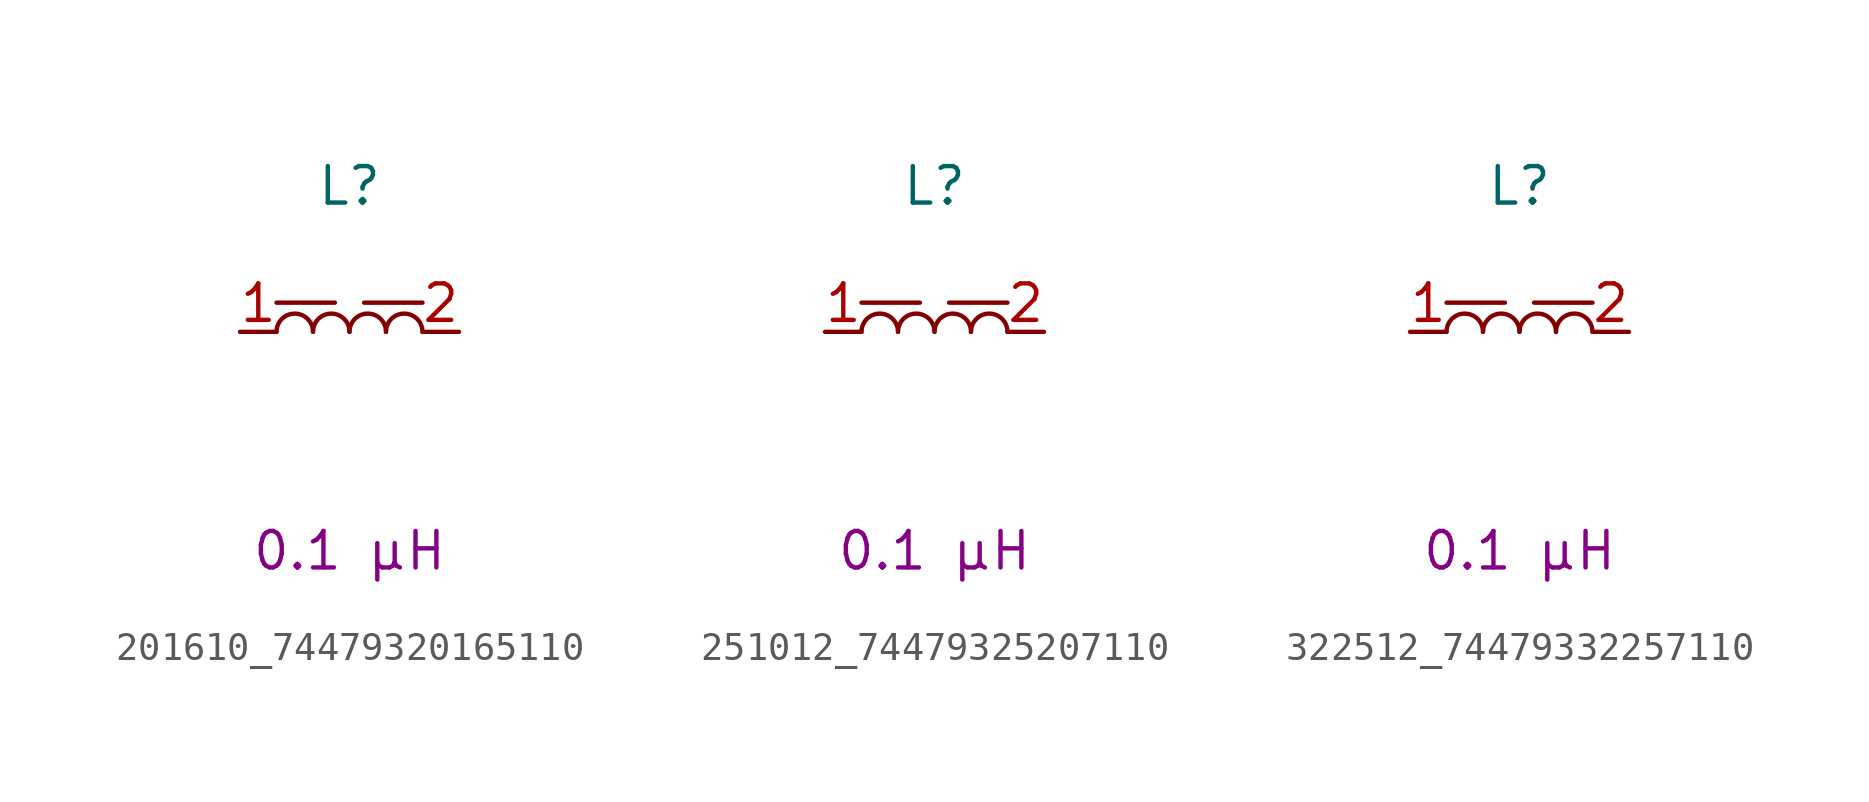
<source format=kicad_sym>
(kicad_symbol_lib
  (version 20220914)
  (generator kicad_symbol_editor)
  (symbol "201610_74479320165110"
    (pin_names hide)
    (property "Reference" "L"
      (at 0 5.08 0)
      (effects (font (size 1.27 1.27))))
    (property "Critical Parameter" "0.1 µH"
      (at 0 -7.62 0)
      (effects (font (size 1.27 1.27))))
    (symbol "201610_74479320165110_0_1"
      (arc (start -1.27 0) (mid -1.905 0.6323) (end -2.54 0) (stroke (width 0) (type default)) (fill (type none)))
      (arc (start 0 0) (mid -0.635 0.6323) (end -1.27 0) (stroke (width 0) (type default)) (fill (type none)))
      (polyline (pts (xy -2.54 1.016) (xy -0.508 1.016)) (stroke (width 0) (type default)) (fill (type none)))
      (arc (start 1.27 0) (mid 0.635 0.6323) (end 0 0) (stroke (width 0) (type default)) (fill (type none)))
      (arc (start 2.54 0) (mid 1.905 0.6323) (end 1.27 0) (stroke (width 0) (type default)) (fill (type none))))
    (symbol "201610_74479320165110_1_1"
      (polyline (pts (xy 2.54 1.016) (xy 0.508 1.016)) (stroke (width 0) (type default)) (fill (type none)))
      (pin passive line (at -3.81 0 0) (length 1.27) (name "1" (effects (font (size 1.27 1.27)))) (number "1" (effects (font (size 1.27 1.27)))))
      (pin passive line (at 3.81 0 180) (length 1.27) (name "2" (effects (font (size 1.27 1.27)))) (number "2" (effects (font (size 1.27 1.27)))))))
  (symbol "251012_74479325207110"
    (pin_names hide)
    (property "Reference" "L"
      (at 0 5.08 0)
      (effects (font (size 1.27 1.27))))
    (property "Critical Parameter" "0.1 µH"
      (at 0 -7.62 0)
      (effects (font (size 1.27 1.27))))
    (symbol "251012_74479325207110_0_1"
      (arc (start -1.27 0) (mid -1.905 0.6323) (end -2.54 0) (stroke (width 0) (type default)) (fill (type none)))
      (arc (start 0 0) (mid -0.635 0.6323) (end -1.27 0) (stroke (width 0) (type default)) (fill (type none)))
      (polyline (pts (xy -2.54 1.016) (xy -0.508 1.016)) (stroke (width 0) (type default)) (fill (type none)))
      (arc (start 1.27 0) (mid 0.635 0.6323) (end 0 0) (stroke (width 0) (type default)) (fill (type none)))
      (arc (start 2.54 0) (mid 1.905 0.6323) (end 1.27 0) (stroke (width 0) (type default)) (fill (type none))))
    (symbol "251012_74479325207110_1_1"
      (polyline (pts (xy 2.54 1.016) (xy 0.508 1.016)) (stroke (width 0) (type default)) (fill (type none)))
      (pin passive line (at -3.81 0 0) (length 1.27) (name "1" (effects (font (size 1.27 1.27)))) (number "1" (effects (font (size 1.27 1.27)))))
      (pin passive line (at 3.81 0 180) (length 1.27) (name "2" (effects (font (size 1.27 1.27)))) (number "2" (effects (font (size 1.27 1.27)))))))
  (symbol "322512_74479332257110"
    (pin_names hide)
    (property "Reference" "L"
      (at 0 5.08 0)
      (effects (font (size 1.27 1.27))))
    (property "Critical Parameter" "0.1 µH"
      (at 0 -7.62 0)
      (effects (font (size 1.27 1.27))))
    (symbol "322512_74479332257110_0_1"
      (arc (start -1.27 0) (mid -1.905 0.6323) (end -2.54 0) (stroke (width 0) (type default)) (fill (type none)))
      (arc (start 0 0) (mid -0.635 0.6323) (end -1.27 0) (stroke (width 0) (type default)) (fill (type none)))
      (polyline (pts (xy -2.54 1.016) (xy -0.508 1.016)) (stroke (width 0) (type default)) (fill (type none)))
      (arc (start 1.27 0) (mid 0.635 0.6323) (end 0 0) (stroke (width 0) (type default)) (fill (type none)))
      (arc (start 2.54 0) (mid 1.905 0.6323) (end 1.27 0) (stroke (width 0) (type default)) (fill (type none))))
    (symbol "322512_74479332257110_1_1"
      (polyline (pts (xy 2.54 1.016) (xy 0.508 1.016)) (stroke (width 0) (type default)) (fill (type none)))
      (pin passive line (at -3.81 0 0) (length 1.27) (name "1" (effects (font (size 1.27 1.27)))) (number "1" (effects (font (size 1.27 1.27)))))
      (pin passive line (at 3.81 0 180) (length 1.27) (name "2" (effects (font (size 1.27 1.27)))) (number "2" (effects (font (size 1.27 1.27))))))))
</source>
